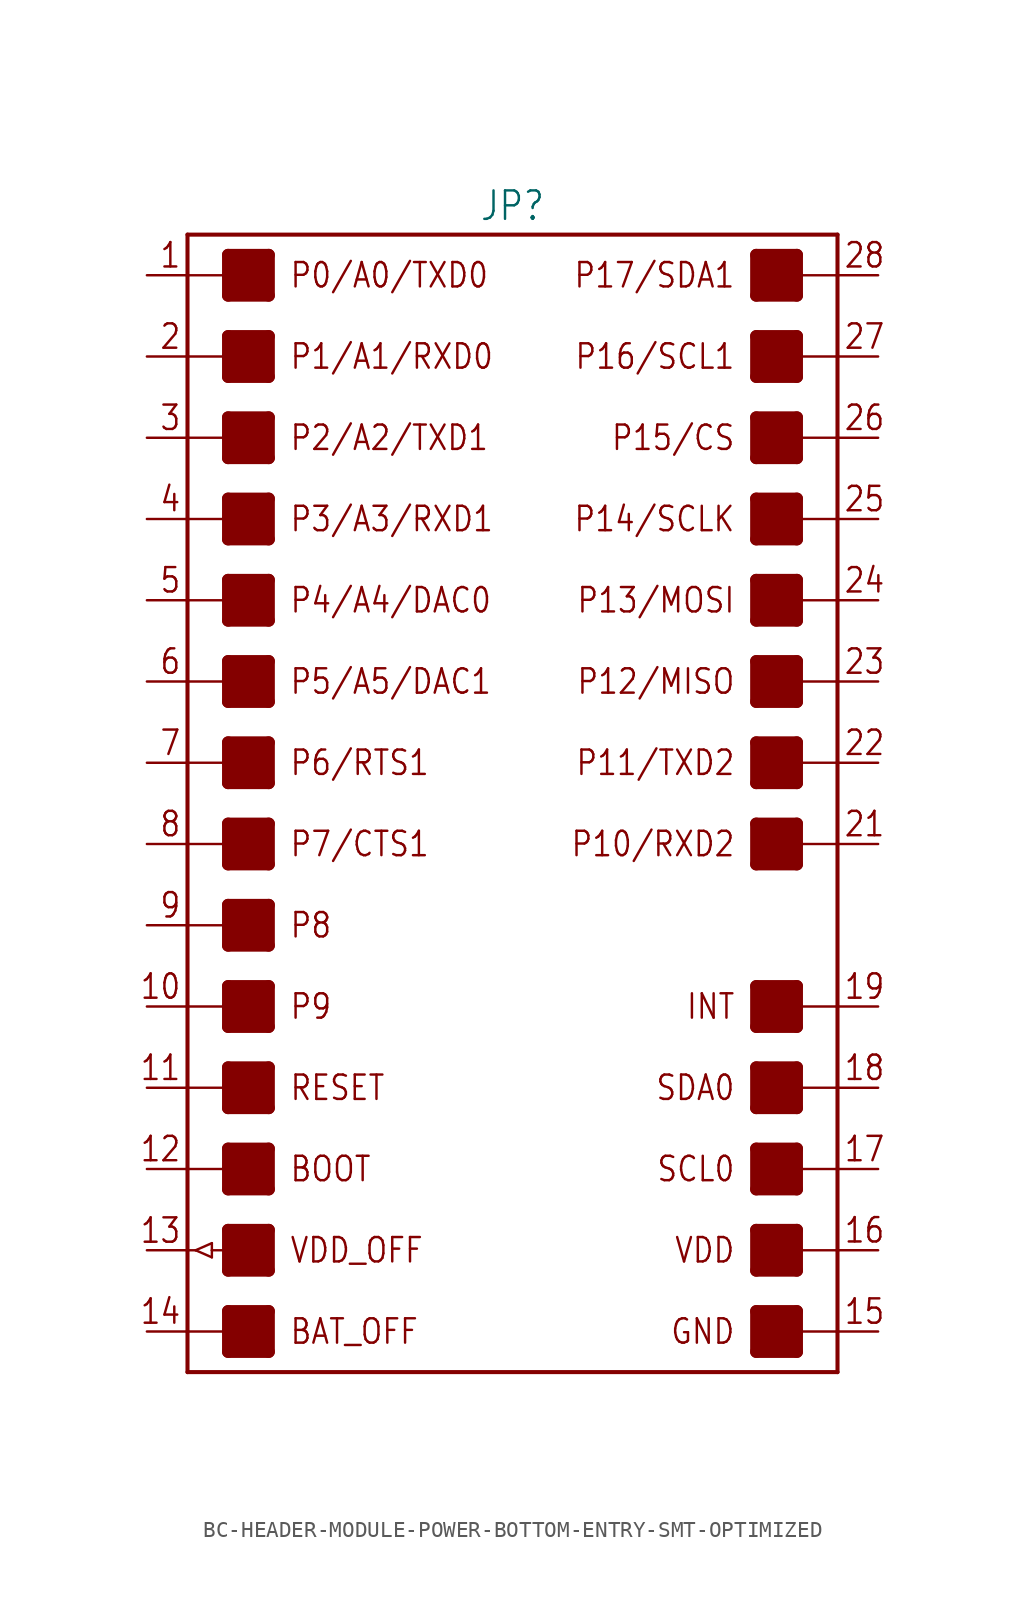
<source format=kicad_sym>
(kicad_symbol_lib
  (version 20231120)
  (generator "kicad_symbol_editor")
  (generator_version "8.0")
  (symbol "BC-HEADER-MODULE-POWER-BOTTOM-ENTRY-SMT-OPTIMIZED"
    (property "Reference" "JP"
      (at 0 36.322 0)
      (effects (font (size 1.778 1.511)) (justify bottom)))
    (property "Value" ""
      (at 0 -36.322 0)
      (effects (font (size 1.778 1.511)) (justify top)))
    (property "ki_locked" ""
      (at 0 0 0)
      (effects (font (size 1.27 1.27))))
    (symbol "BC-HEADER-MODULE-POWER-BOTTOM-ENTRY-SMT-OPTIMIZED_1_0"
      (rectangle (start -17.78 -34.29) (end -15.24 -31.75) (stroke (width 0) (type default)) (fill (type outline)))
      (rectangle (start -17.78 -29.21) (end -15.24 -26.67) (stroke (width 0) (type default)) (fill (type outline)))
      (rectangle (start -17.78 -24.13) (end -15.24 -21.59) (stroke (width 0) (type default)) (fill (type outline)))
      (rectangle (start -17.78 -19.05) (end -15.24 -16.51) (stroke (width 0) (type default)) (fill (type outline)))
      (rectangle (start -17.78 -13.97) (end -15.24 -11.43) (stroke (width 0) (type default)) (fill (type outline)))
      (rectangle (start -17.78 -8.89) (end -15.24 -6.35) (stroke (width 0) (type default)) (fill (type outline)))
      (rectangle (start -17.78 -3.81) (end -15.24 -1.27) (stroke (width 0) (type default)) (fill (type outline)))
      (rectangle (start -17.78 1.27) (end -15.24 3.81) (stroke (width 0) (type default)) (fill (type outline)))
      (rectangle (start -17.78 6.35) (end -15.24 8.89) (stroke (width 0) (type default)) (fill (type outline)))
      (rectangle (start -17.78 11.43) (end -15.24 13.97) (stroke (width 0) (type default)) (fill (type outline)))
      (rectangle (start -17.78 16.51) (end -15.24 19.05) (stroke (width 0) (type default)) (fill (type outline)))
      (rectangle (start -17.78 21.59) (end -15.24 24.13) (stroke (width 0) (type default)) (fill (type outline)))
      (rectangle (start -17.78 26.67) (end -15.24 29.21) (stroke (width 0) (type default)) (fill (type outline)))
      (rectangle (start -17.78 31.75) (end -15.24 34.29) (stroke (width 0) (type default)) (fill (type outline)))
      (polyline (pts (xy -20.32 -33.02) (xy -20.32 -35.56)) (stroke (width 0.254) (type solid)) (fill (type none)))
      (polyline (pts (xy -20.32 -33.02) (xy -17.78 -33.02)) (stroke (width 0.152) (type solid)) (fill (type none)))
      (polyline (pts (xy -20.32 -27.94) (xy -20.32 -33.02)) (stroke (width 0.254) (type solid)) (fill (type none)))
      (polyline (pts (xy -20.32 -27.94) (xy -19.812 -27.94)) (stroke (width 0.152) (type solid)) (fill (type none)))
      (polyline (pts (xy -20.32 -22.86) (xy -20.32 -27.94)) (stroke (width 0.254) (type solid)) (fill (type none)))
      (polyline (pts (xy -20.32 -22.86) (xy -17.78 -22.86)) (stroke (width 0.152) (type solid)) (fill (type none)))
      (polyline (pts (xy -20.32 -17.78) (xy -20.32 -22.86)) (stroke (width 0.254) (type solid)) (fill (type none)))
      (polyline (pts (xy -20.32 -17.78) (xy -17.78 -17.78)) (stroke (width 0.152) (type solid)) (fill (type none)))
      (polyline (pts (xy -20.32 -12.7) (xy -20.32 -17.78)) (stroke (width 0.254) (type solid)) (fill (type none)))
      (polyline (pts (xy -20.32 -12.7) (xy -17.78 -12.7)) (stroke (width 0.152) (type solid)) (fill (type none)))
      (polyline (pts (xy -20.32 -7.62) (xy -20.32 -12.7)) (stroke (width 0.254) (type solid)) (fill (type none)))
      (polyline (pts (xy -20.32 -7.62) (xy -17.78 -7.62)) (stroke (width 0.152) (type solid)) (fill (type none)))
      (polyline (pts (xy -20.32 -2.54) (xy -20.32 -7.62)) (stroke (width 0.254) (type solid)) (fill (type none)))
      (polyline (pts (xy -20.32 -2.54) (xy -17.78 -2.54)) (stroke (width 0.152) (type solid)) (fill (type none)))
      (polyline (pts (xy -20.32 2.54) (xy -20.32 -2.54)) (stroke (width 0.254) (type solid)) (fill (type none)))
      (polyline (pts (xy -20.32 2.54) (xy -17.78 2.54)) (stroke (width 0.152) (type solid)) (fill (type none)))
      (polyline (pts (xy -20.32 7.62) (xy -20.32 2.54)) (stroke (width 0.254) (type solid)) (fill (type none)))
      (polyline (pts (xy -20.32 7.62) (xy -17.78 7.62)) (stroke (width 0.152) (type solid)) (fill (type none)))
      (polyline (pts (xy -20.32 12.7) (xy -20.32 7.62)) (stroke (width 0.254) (type solid)) (fill (type none)))
      (polyline (pts (xy -20.32 12.7) (xy -17.78 12.7)) (stroke (width 0.152) (type solid)) (fill (type none)))
      (polyline (pts (xy -20.32 17.78) (xy -20.32 12.7)) (stroke (width 0.254) (type solid)) (fill (type none)))
      (polyline (pts (xy -20.32 17.78) (xy -17.78 17.78)) (stroke (width 0.152) (type solid)) (fill (type none)))
      (polyline (pts (xy -20.32 22.86) (xy -20.32 17.78)) (stroke (width 0.254) (type solid)) (fill (type none)))
      (polyline (pts (xy -20.32 22.86) (xy -17.78 22.86)) (stroke (width 0.152) (type solid)) (fill (type none)))
      (polyline (pts (xy -20.32 27.94) (xy -20.32 22.86)) (stroke (width 0.254) (type solid)) (fill (type none)))
      (polyline (pts (xy -20.32 27.94) (xy -17.78 27.94)) (stroke (width 0.152) (type solid)) (fill (type none)))
      (polyline (pts (xy -20.32 33.02) (xy -20.32 27.94)) (stroke (width 0.254) (type solid)) (fill (type none)))
      (polyline (pts (xy -20.32 33.02) (xy -17.78 33.02)) (stroke (width 0.152) (type solid)) (fill (type none)))
      (polyline (pts (xy -20.32 35.56) (xy -20.32 33.02)) (stroke (width 0.254) (type solid)) (fill (type none)))
      (polyline (pts (xy -20.32 35.56) (xy 20.32 35.56)) (stroke (width 0.254) (type solid)) (fill (type none)))
      (polyline (pts (xy -19.812 -27.94) (xy -18.796 -27.495)) (stroke (width 0.152) (type solid)) (fill (type none)))
      (polyline (pts (xy -18.796 -28.384) (xy -19.812 -27.94)) (stroke (width 0.152) (type solid)) (fill (type none)))
      (polyline (pts (xy -18.796 -27.94) (xy -18.796 -28.384)) (stroke (width 0.152) (type solid)) (fill (type none)))
      (polyline (pts (xy -18.796 -27.495) (xy -18.796 -27.94)) (stroke (width 0.152) (type solid)) (fill (type none)))
      (polyline (pts (xy -17.78 -34.29) (xy -15.24 -34.29)) (stroke (width 0.762) (type solid)) (fill (type none)))
      (polyline (pts (xy -17.78 -33.02) (xy -17.78 -34.29)) (stroke (width 0.762) (type solid)) (fill (type none)))
      (polyline (pts (xy -17.78 -31.75) (xy -17.78 -33.02)) (stroke (width 0.762) (type solid)) (fill (type none)))
      (polyline (pts (xy -17.78 -31.75) (xy -15.24 -31.75)) (stroke (width 0.762) (type solid)) (fill (type none)))
      (polyline (pts (xy -17.78 -29.21) (xy -15.24 -29.21)) (stroke (width 0.762) (type solid)) (fill (type none)))
      (polyline (pts (xy -17.78 -26.67) (xy -17.78 -29.21)) (stroke (width 0.762) (type solid)) (fill (type none)))
      (polyline (pts (xy -17.78 -26.67) (xy -15.24 -26.67)) (stroke (width 0.762) (type solid)) (fill (type none)))
      (polyline (pts (xy -17.78 -24.13) (xy -15.24 -24.13)) (stroke (width 0.762) (type solid)) (fill (type none)))
      (polyline (pts (xy -17.78 -22.86) (xy -17.78 -24.13)) (stroke (width 0.762) (type solid)) (fill (type none)))
      (polyline (pts (xy -17.78 -21.59) (xy -17.78 -22.86)) (stroke (width 0.762) (type solid)) (fill (type none)))
      (polyline (pts (xy -17.78 -21.59) (xy -15.24 -21.59)) (stroke (width 0.762) (type solid)) (fill (type none)))
      (polyline (pts (xy -17.78 -19.05) (xy -15.24 -19.05)) (stroke (width 0.762) (type solid)) (fill (type none)))
      (polyline (pts (xy -17.78 -17.78) (xy -17.78 -19.05)) (stroke (width 0.762) (type solid)) (fill (type none)))
      (polyline (pts (xy -17.78 -16.51) (xy -17.78 -17.78)) (stroke (width 0.762) (type solid)) (fill (type none)))
      (polyline (pts (xy -17.78 -16.51) (xy -15.24 -16.51)) (stroke (width 0.762) (type solid)) (fill (type none)))
      (polyline (pts (xy -17.78 -13.97) (xy -15.24 -13.97)) (stroke (width 0.762) (type solid)) (fill (type none)))
      (polyline (pts (xy -17.78 -12.7) (xy -17.78 -13.97)) (stroke (width 0.762) (type solid)) (fill (type none)))
      (polyline (pts (xy -17.78 -11.43) (xy -17.78 -12.7)) (stroke (width 0.762) (type solid)) (fill (type none)))
      (polyline (pts (xy -17.78 -11.43) (xy -15.24 -11.43)) (stroke (width 0.762) (type solid)) (fill (type none)))
      (polyline (pts (xy -17.78 -8.89) (xy -15.24 -8.89)) (stroke (width 0.762) (type solid)) (fill (type none)))
      (polyline (pts (xy -17.78 -7.62) (xy -17.78 -8.89)) (stroke (width 0.762) (type solid)) (fill (type none)))
      (polyline (pts (xy -17.78 -6.35) (xy -17.78 -7.62)) (stroke (width 0.762) (type solid)) (fill (type none)))
      (polyline (pts (xy -17.78 -6.35) (xy -15.24 -6.35)) (stroke (width 0.762) (type solid)) (fill (type none)))
      (polyline (pts (xy -17.78 -3.81) (xy -15.24 -3.81)) (stroke (width 0.762) (type solid)) (fill (type none)))
      (polyline (pts (xy -17.78 -2.54) (xy -17.78 -3.81)) (stroke (width 0.762) (type solid)) (fill (type none)))
      (polyline (pts (xy -17.78 -1.27) (xy -17.78 -2.54)) (stroke (width 0.762) (type solid)) (fill (type none)))
      (polyline (pts (xy -17.78 -1.27) (xy -15.24 -1.27)) (stroke (width 0.762) (type solid)) (fill (type none)))
      (polyline (pts (xy -17.78 1.27) (xy -15.24 1.27)) (stroke (width 0.762) (type solid)) (fill (type none)))
      (polyline (pts (xy -17.78 2.54) (xy -17.78 1.27)) (stroke (width 0.762) (type solid)) (fill (type none)))
      (polyline (pts (xy -17.78 3.81) (xy -17.78 2.54)) (stroke (width 0.762) (type solid)) (fill (type none)))
      (polyline (pts (xy -17.78 3.81) (xy -15.24 3.81)) (stroke (width 0.762) (type solid)) (fill (type none)))
      (polyline (pts (xy -17.78 6.35) (xy -15.24 6.35)) (stroke (width 0.762) (type solid)) (fill (type none)))
      (polyline (pts (xy -17.78 7.62) (xy -17.78 6.35)) (stroke (width 0.762) (type solid)) (fill (type none)))
      (polyline (pts (xy -17.78 8.89) (xy -17.78 7.62)) (stroke (width 0.762) (type solid)) (fill (type none)))
      (polyline (pts (xy -17.78 8.89) (xy -15.24 8.89)) (stroke (width 0.762) (type solid)) (fill (type none)))
      (polyline (pts (xy -17.78 11.43) (xy -15.24 11.43)) (stroke (width 0.762) (type solid)) (fill (type none)))
      (polyline (pts (xy -17.78 12.7) (xy -17.78 11.43)) (stroke (width 0.762) (type solid)) (fill (type none)))
      (polyline (pts (xy -17.78 13.97) (xy -17.78 12.7)) (stroke (width 0.762) (type solid)) (fill (type none)))
      (polyline (pts (xy -17.78 13.97) (xy -15.24 13.97)) (stroke (width 0.762) (type solid)) (fill (type none)))
      (polyline (pts (xy -17.78 16.51) (xy -15.24 16.51)) (stroke (width 0.762) (type solid)) (fill (type none)))
      (polyline (pts (xy -17.78 17.78) (xy -17.78 16.51)) (stroke (width 0.762) (type solid)) (fill (type none)))
      (polyline (pts (xy -17.78 19.05) (xy -17.78 17.78)) (stroke (width 0.762) (type solid)) (fill (type none)))
      (polyline (pts (xy -17.78 19.05) (xy -15.24 19.05)) (stroke (width 0.762) (type solid)) (fill (type none)))
      (polyline (pts (xy -17.78 21.59) (xy -15.24 21.59)) (stroke (width 0.762) (type solid)) (fill (type none)))
      (polyline (pts (xy -17.78 22.86) (xy -17.78 21.59)) (stroke (width 0.762) (type solid)) (fill (type none)))
      (polyline (pts (xy -17.78 24.13) (xy -17.78 22.86)) (stroke (width 0.762) (type solid)) (fill (type none)))
      (polyline (pts (xy -17.78 24.13) (xy -15.24 24.13)) (stroke (width 0.762) (type solid)) (fill (type none)))
      (polyline (pts (xy -17.78 26.67) (xy -15.24 26.67)) (stroke (width 0.762) (type solid)) (fill (type none)))
      (polyline (pts (xy -17.78 27.94) (xy -17.78 26.67)) (stroke (width 0.762) (type solid)) (fill (type none)))
      (polyline (pts (xy -17.78 29.21) (xy -17.78 27.94)) (stroke (width 0.762) (type solid)) (fill (type none)))
      (polyline (pts (xy -17.78 29.21) (xy -15.24 29.21)) (stroke (width 0.762) (type solid)) (fill (type none)))
      (polyline (pts (xy -17.78 31.75) (xy -15.24 31.75)) (stroke (width 0.762) (type solid)) (fill (type none)))
      (polyline (pts (xy -17.78 33.02) (xy -17.78 31.75)) (stroke (width 0.762) (type solid)) (fill (type none)))
      (polyline (pts (xy -17.78 34.29) (xy -17.78 33.02)) (stroke (width 0.762) (type solid)) (fill (type none)))
      (polyline (pts (xy -17.78 34.29) (xy -15.24 34.29)) (stroke (width 0.762) (type solid)) (fill (type none)))
      (polyline (pts (xy -16.51 -27.94) (xy -18.796 -27.94)) (stroke (width 0.152) (type solid)) (fill (type none)))
      (polyline (pts (xy -15.24 -34.29) (xy -15.24 -31.75)) (stroke (width 0.762) (type solid)) (fill (type none)))
      (polyline (pts (xy -15.24 -29.21) (xy -15.24 -26.67)) (stroke (width 0.762) (type solid)) (fill (type none)))
      (polyline (pts (xy -15.24 -24.13) (xy -15.24 -21.59)) (stroke (width 0.762) (type solid)) (fill (type none)))
      (polyline (pts (xy -15.24 -19.05) (xy -15.24 -16.51)) (stroke (width 0.762) (type solid)) (fill (type none)))
      (polyline (pts (xy -15.24 -13.97) (xy -15.24 -11.43)) (stroke (width 0.762) (type solid)) (fill (type none)))
      (polyline (pts (xy -15.24 -8.89) (xy -15.24 -6.35)) (stroke (width 0.762) (type solid)) (fill (type none)))
      (polyline (pts (xy -15.24 -3.81) (xy -15.24 -1.27)) (stroke (width 0.762) (type solid)) (fill (type none)))
      (polyline (pts (xy -15.24 1.27) (xy -15.24 3.81)) (stroke (width 0.762) (type solid)) (fill (type none)))
      (polyline (pts (xy -15.24 6.35) (xy -15.24 8.89)) (stroke (width 0.762) (type solid)) (fill (type none)))
      (polyline (pts (xy -15.24 11.43) (xy -15.24 13.97)) (stroke (width 0.762) (type solid)) (fill (type none)))
      (polyline (pts (xy -15.24 16.51) (xy -15.24 19.05)) (stroke (width 0.762) (type solid)) (fill (type none)))
      (polyline (pts (xy -15.24 21.59) (xy -15.24 24.13)) (stroke (width 0.762) (type solid)) (fill (type none)))
      (polyline (pts (xy -15.24 26.67) (xy -15.24 29.21)) (stroke (width 0.762) (type solid)) (fill (type none)))
      (polyline (pts (xy -15.24 31.75) (xy -15.24 34.29)) (stroke (width 0.762) (type solid)) (fill (type none)))
      (polyline (pts (xy 15.24 -34.29) (xy 17.78 -34.29)) (stroke (width 0.762) (type solid)) (fill (type none)))
      (polyline (pts (xy 15.24 -31.75) (xy 15.24 -34.29)) (stroke (width 0.762) (type solid)) (fill (type none)))
      (polyline (pts (xy 15.24 -31.75) (xy 17.78 -31.75)) (stroke (width 0.762) (type solid)) (fill (type none)))
      (polyline (pts (xy 15.24 -29.21) (xy 17.78 -29.21)) (stroke (width 0.762) (type solid)) (fill (type none)))
      (polyline (pts (xy 15.24 -26.67) (xy 15.24 -29.21)) (stroke (width 0.762) (type solid)) (fill (type none)))
      (polyline (pts (xy 15.24 -26.67) (xy 17.78 -26.67)) (stroke (width 0.762) (type solid)) (fill (type none)))
      (polyline (pts (xy 15.24 -24.13) (xy 17.78 -24.13)) (stroke (width 0.762) (type solid)) (fill (type none)))
      (polyline (pts (xy 15.24 -21.59) (xy 15.24 -24.13)) (stroke (width 0.762) (type solid)) (fill (type none)))
      (polyline (pts (xy 15.24 -21.59) (xy 17.78 -21.59)) (stroke (width 0.762) (type solid)) (fill (type none)))
      (polyline (pts (xy 15.24 -19.05) (xy 17.78 -19.05)) (stroke (width 0.762) (type solid)) (fill (type none)))
      (polyline (pts (xy 15.24 -16.51) (xy 15.24 -19.05)) (stroke (width 0.762) (type solid)) (fill (type none)))
      (polyline (pts (xy 15.24 -16.51) (xy 17.78 -16.51)) (stroke (width 0.762) (type solid)) (fill (type none)))
      (polyline (pts (xy 15.24 -13.97) (xy 17.78 -13.97)) (stroke (width 0.762) (type solid)) (fill (type none)))
      (polyline (pts (xy 15.24 -11.43) (xy 15.24 -13.97)) (stroke (width 0.762) (type solid)) (fill (type none)))
      (polyline (pts (xy 15.24 -11.43) (xy 17.78 -11.43)) (stroke (width 0.762) (type solid)) (fill (type none)))
      (polyline (pts (xy 15.24 -3.81) (xy 17.78 -3.81)) (stroke (width 0.762) (type solid)) (fill (type none)))
      (polyline (pts (xy 15.24 -1.27) (xy 15.24 -3.81)) (stroke (width 0.762) (type solid)) (fill (type none)))
      (polyline (pts (xy 15.24 -1.27) (xy 17.78 -1.27)) (stroke (width 0.762) (type solid)) (fill (type none)))
      (polyline (pts (xy 15.24 1.27) (xy 17.78 1.27)) (stroke (width 0.762) (type solid)) (fill (type none)))
      (polyline (pts (xy 15.24 3.81) (xy 15.24 1.27)) (stroke (width 0.762) (type solid)) (fill (type none)))
      (polyline (pts (xy 15.24 3.81) (xy 17.78 3.81)) (stroke (width 0.762) (type solid)) (fill (type none)))
      (polyline (pts (xy 15.24 6.35) (xy 17.78 6.35)) (stroke (width 0.762) (type solid)) (fill (type none)))
      (polyline (pts (xy 15.24 8.89) (xy 15.24 6.35)) (stroke (width 0.762) (type solid)) (fill (type none)))
      (polyline (pts (xy 15.24 8.89) (xy 17.78 8.89)) (stroke (width 0.762) (type solid)) (fill (type none)))
      (polyline (pts (xy 15.24 11.43) (xy 17.78 11.43)) (stroke (width 0.762) (type solid)) (fill (type none)))
      (polyline (pts (xy 15.24 13.97) (xy 15.24 11.43)) (stroke (width 0.762) (type solid)) (fill (type none)))
      (polyline (pts (xy 15.24 13.97) (xy 17.78 13.97)) (stroke (width 0.762) (type solid)) (fill (type none)))
      (polyline (pts (xy 15.24 16.51) (xy 17.78 16.51)) (stroke (width 0.762) (type solid)) (fill (type none)))
      (polyline (pts (xy 15.24 19.05) (xy 15.24 16.51)) (stroke (width 0.762) (type solid)) (fill (type none)))
      (polyline (pts (xy 15.24 19.05) (xy 17.78 19.05)) (stroke (width 0.762) (type solid)) (fill (type none)))
      (polyline (pts (xy 15.24 21.59) (xy 17.78 21.59)) (stroke (width 0.762) (type solid)) (fill (type none)))
      (polyline (pts (xy 15.24 24.13) (xy 15.24 21.59)) (stroke (width 0.762) (type solid)) (fill (type none)))
      (polyline (pts (xy 15.24 24.13) (xy 17.78 24.13)) (stroke (width 0.762) (type solid)) (fill (type none)))
      (polyline (pts (xy 15.24 26.67) (xy 17.78 26.67)) (stroke (width 0.762) (type solid)) (fill (type none)))
      (polyline (pts (xy 15.24 29.21) (xy 15.24 26.67)) (stroke (width 0.762) (type solid)) (fill (type none)))
      (polyline (pts (xy 15.24 29.21) (xy 17.78 29.21)) (stroke (width 0.762) (type solid)) (fill (type none)))
      (polyline (pts (xy 15.24 31.75) (xy 17.78 31.75)) (stroke (width 0.762) (type solid)) (fill (type none)))
      (polyline (pts (xy 15.24 34.29) (xy 15.24 31.75)) (stroke (width 0.762) (type solid)) (fill (type none)))
      (polyline (pts (xy 15.24 34.29) (xy 17.78 34.29)) (stroke (width 0.762) (type solid)) (fill (type none)))
      (polyline (pts (xy 17.78 -34.29) (xy 17.78 -33.02)) (stroke (width 0.762) (type solid)) (fill (type none)))
      (polyline (pts (xy 17.78 -33.02) (xy 17.78 -31.75)) (stroke (width 0.762) (type solid)) (fill (type none)))
      (polyline (pts (xy 17.78 -33.02) (xy 20.32 -33.02)) (stroke (width 0.152) (type solid)) (fill (type none)))
      (polyline (pts (xy 17.78 -29.21) (xy 17.78 -27.94)) (stroke (width 0.762) (type solid)) (fill (type none)))
      (polyline (pts (xy 17.78 -27.94) (xy 17.78 -26.67)) (stroke (width 0.762) (type solid)) (fill (type none)))
      (polyline (pts (xy 17.78 -27.94) (xy 20.32 -27.94)) (stroke (width 0.152) (type solid)) (fill (type none)))
      (polyline (pts (xy 17.78 -24.13) (xy 17.78 -22.86)) (stroke (width 0.762) (type solid)) (fill (type none)))
      (polyline (pts (xy 17.78 -22.86) (xy 17.78 -21.59)) (stroke (width 0.762) (type solid)) (fill (type none)))
      (polyline (pts (xy 17.78 -22.86) (xy 20.32 -22.86)) (stroke (width 0.152) (type solid)) (fill (type none)))
      (polyline (pts (xy 17.78 -19.05) (xy 17.78 -17.78)) (stroke (width 0.762) (type solid)) (fill (type none)))
      (polyline (pts (xy 17.78 -17.78) (xy 17.78 -16.51)) (stroke (width 0.762) (type solid)) (fill (type none)))
      (polyline (pts (xy 17.78 -17.78) (xy 20.32 -17.78)) (stroke (width 0.152) (type solid)) (fill (type none)))
      (polyline (pts (xy 17.78 -13.97) (xy 17.78 -12.7)) (stroke (width 0.762) (type solid)) (fill (type none)))
      (polyline (pts (xy 17.78 -12.7) (xy 17.78 -11.43)) (stroke (width 0.762) (type solid)) (fill (type none)))
      (polyline (pts (xy 17.78 -12.7) (xy 20.32 -12.7)) (stroke (width 0.152) (type solid)) (fill (type none)))
      (polyline (pts (xy 17.78 -3.81) (xy 17.78 -2.54)) (stroke (width 0.762) (type solid)) (fill (type none)))
      (polyline (pts (xy 17.78 -2.54) (xy 17.78 -1.27)) (stroke (width 0.762) (type solid)) (fill (type none)))
      (polyline (pts (xy 17.78 -2.54) (xy 20.32 -2.54)) (stroke (width 0.152) (type solid)) (fill (type none)))
      (polyline (pts (xy 17.78 1.27) (xy 17.78 2.54)) (stroke (width 0.762) (type solid)) (fill (type none)))
      (polyline (pts (xy 17.78 2.54) (xy 17.78 3.81)) (stroke (width 0.762) (type solid)) (fill (type none)))
      (polyline (pts (xy 17.78 2.54) (xy 20.32 2.54)) (stroke (width 0.152) (type solid)) (fill (type none)))
      (polyline (pts (xy 17.78 6.35) (xy 17.78 7.62)) (stroke (width 0.762) (type solid)) (fill (type none)))
      (polyline (pts (xy 17.78 7.62) (xy 17.78 8.89)) (stroke (width 0.762) (type solid)) (fill (type none)))
      (polyline (pts (xy 17.78 7.62) (xy 20.32 7.62)) (stroke (width 0.152) (type solid)) (fill (type none)))
      (polyline (pts (xy 17.78 11.43) (xy 17.78 12.7)) (stroke (width 0.762) (type solid)) (fill (type none)))
      (polyline (pts (xy 17.78 12.7) (xy 17.78 13.97)) (stroke (width 0.762) (type solid)) (fill (type none)))
      (polyline (pts (xy 17.78 12.7) (xy 20.32 12.7)) (stroke (width 0.152) (type solid)) (fill (type none)))
      (polyline (pts (xy 17.78 16.51) (xy 17.78 17.78)) (stroke (width 0.762) (type solid)) (fill (type none)))
      (polyline (pts (xy 17.78 17.78) (xy 17.78 19.05)) (stroke (width 0.762) (type solid)) (fill (type none)))
      (polyline (pts (xy 17.78 17.78) (xy 20.32 17.78)) (stroke (width 0.152) (type solid)) (fill (type none)))
      (polyline (pts (xy 17.78 21.59) (xy 17.78 22.86)) (stroke (width 0.762) (type solid)) (fill (type none)))
      (polyline (pts (xy 17.78 22.86) (xy 17.78 24.13)) (stroke (width 0.762) (type solid)) (fill (type none)))
      (polyline (pts (xy 17.78 22.86) (xy 20.32 22.86)) (stroke (width 0.152) (type solid)) (fill (type none)))
      (polyline (pts (xy 17.78 26.67) (xy 17.78 27.94)) (stroke (width 0.762) (type solid)) (fill (type none)))
      (polyline (pts (xy 17.78 27.94) (xy 17.78 29.21)) (stroke (width 0.762) (type solid)) (fill (type none)))
      (polyline (pts (xy 17.78 27.94) (xy 20.32 27.94)) (stroke (width 0.152) (type solid)) (fill (type none)))
      (polyline (pts (xy 17.78 31.75) (xy 17.78 33.02)) (stroke (width 0.762) (type solid)) (fill (type none)))
      (polyline (pts (xy 17.78 33.02) (xy 17.78 34.29)) (stroke (width 0.762) (type solid)) (fill (type none)))
      (polyline (pts (xy 17.78 33.02) (xy 20.32 33.02)) (stroke (width 0.152) (type solid)) (fill (type none)))
      (polyline (pts (xy 20.32 -35.56) (xy -20.32 -35.56)) (stroke (width 0.254) (type solid)) (fill (type none)))
      (polyline (pts (xy 20.32 -33.02) (xy 20.32 -35.56)) (stroke (width 0.254) (type solid)) (fill (type none)))
      (polyline (pts (xy 20.32 -27.94) (xy 20.32 -33.02)) (stroke (width 0.254) (type solid)) (fill (type none)))
      (polyline (pts (xy 20.32 -22.86) (xy 20.32 -27.94)) (stroke (width 0.254) (type solid)) (fill (type none)))
      (polyline (pts (xy 20.32 -17.78) (xy 20.32 -22.86)) (stroke (width 0.254) (type solid)) (fill (type none)))
      (polyline (pts (xy 20.32 -12.7) (xy 20.32 -17.78)) (stroke (width 0.254) (type solid)) (fill (type none)))
      (polyline (pts (xy 20.32 -2.54) (xy 20.32 -12.7)) (stroke (width 0.254) (type solid)) (fill (type none)))
      (polyline (pts (xy 20.32 2.54) (xy 20.32 -2.54)) (stroke (width 0.254) (type solid)) (fill (type none)))
      (polyline (pts (xy 20.32 7.62) (xy 20.32 2.54)) (stroke (width 0.254) (type solid)) (fill (type none)))
      (polyline (pts (xy 20.32 12.7) (xy 20.32 7.62)) (stroke (width 0.254) (type solid)) (fill (type none)))
      (polyline (pts (xy 20.32 17.78) (xy 20.32 12.7)) (stroke (width 0.254) (type solid)) (fill (type none)))
      (polyline (pts (xy 20.32 22.86) (xy 20.32 17.78)) (stroke (width 0.254) (type solid)) (fill (type none)))
      (polyline (pts (xy 20.32 27.94) (xy 20.32 22.86)) (stroke (width 0.254) (type solid)) (fill (type none)))
      (polyline (pts (xy 20.32 33.02) (xy 20.32 27.94)) (stroke (width 0.254) (type solid)) (fill (type none)))
      (polyline (pts (xy 20.32 35.56) (xy 20.32 33.02)) (stroke (width 0.254) (type solid)) (fill (type none)))
      (rectangle (start 15.24 -34.29) (end 17.78 -31.75) (stroke (width 0) (type default)) (fill (type outline)))
      (rectangle (start 15.24 -29.21) (end 17.78 -26.67) (stroke (width 0) (type default)) (fill (type outline)))
      (rectangle (start 15.24 -24.13) (end 17.78 -21.59) (stroke (width 0) (type default)) (fill (type outline)))
      (rectangle (start 15.24 -19.05) (end 17.78 -16.51) (stroke (width 0) (type default)) (fill (type outline)))
      (rectangle (start 15.24 -13.97) (end 17.78 -11.43) (stroke (width 0) (type default)) (fill (type outline)))
      (rectangle (start 15.24 -3.81) (end 17.78 -1.27) (stroke (width 0) (type default)) (fill (type outline)))
      (rectangle (start 15.24 1.27) (end 17.78 3.81) (stroke (width 0) (type default)) (fill (type outline)))
      (rectangle (start 15.24 6.35) (end 17.78 8.89) (stroke (width 0) (type default)) (fill (type outline)))
      (rectangle (start 15.24 11.43) (end 17.78 13.97) (stroke (width 0) (type default)) (fill (type outline)))
      (rectangle (start 15.24 16.51) (end 17.78 19.05) (stroke (width 0) (type default)) (fill (type outline)))
      (rectangle (start 15.24 21.59) (end 17.78 24.13) (stroke (width 0) (type default)) (fill (type outline)))
      (rectangle (start 15.24 26.67) (end 17.78 29.21) (stroke (width 0) (type default)) (fill (type outline)))
      (rectangle (start 15.24 31.75) (end 17.78 34.29) (stroke (width 0) (type default)) (fill (type outline)))
      (text "1" (at -20.676 33.376 0) (effects (font (size 1.524 1.295)) (justify right bottom)))
      (text "10" (at -20.676 -12.344 0) (effects (font (size 1.524 1.295)) (justify right bottom)))
      (text "11" (at -20.676 -17.424 0) (effects (font (size 1.524 1.295)) (justify right bottom)))
      (text "12" (at -20.676 -22.504 0) (effects (font (size 1.524 1.295)) (justify right bottom)))
      (text "13" (at -20.676 -27.6 0) (effects (font (size 1.524 1.295)) (justify right bottom)))
      (text "14" (at -20.676 -32.664 0) (effects (font (size 1.524 1.295)) (justify right bottom)))
      (text "15" (at 20.676 -32.664 0) (effects (font (size 1.524 1.295)) (justify left bottom)))
      (text "16" (at 20.676 -27.584 0) (effects (font (size 1.524 1.295)) (justify left bottom)))
      (text "17" (at 20.676 -22.504 0) (effects (font (size 1.524 1.295)) (justify left bottom)))
      (text "18" (at 20.676 -17.424 0) (effects (font (size 1.524 1.295)) (justify left bottom)))
      (text "19" (at 20.676 -12.344 0) (effects (font (size 1.524 1.295)) (justify left bottom)))
      (text "2" (at -20.676 28.296 0) (effects (font (size 1.524 1.295)) (justify right bottom)))
      (text "21" (at 20.676 -2.184 0) (effects (font (size 1.524 1.295)) (justify left bottom)))
      (text "22" (at 20.676 2.896 0) (effects (font (size 1.524 1.295)) (justify left bottom)))
      (text "23" (at 20.676 7.976 0) (effects (font (size 1.524 1.295)) (justify left bottom)))
      (text "24" (at 20.676 13.056 0) (effects (font (size 1.524 1.295)) (justify left bottom)))
      (text "25" (at 20.676 18.136 0) (effects (font (size 1.524 1.295)) (justify left bottom)))
      (text "26" (at 20.676 23.216 0) (effects (font (size 1.524 1.295)) (justify left bottom)))
      (text "27" (at 20.676 28.296 0) (effects (font (size 1.524 1.295)) (justify left bottom)))
      (text "28" (at 20.676 33.376 0) (effects (font (size 1.524 1.295)) (justify left bottom)))
      (text "3" (at -20.676 23.216 0) (effects (font (size 1.524 1.295)) (justify right bottom)))
      (text "4" (at -20.676 18.136 0) (effects (font (size 1.524 1.295)) (justify right bottom)))
      (text "5" (at -20.676 13.056 0) (effects (font (size 1.524 1.295)) (justify right bottom)))
      (text "6" (at -20.676 7.976 0) (effects (font (size 1.524 1.295)) (justify right bottom)))
      (text "7" (at -20.676 2.896 0) (effects (font (size 1.524 1.295)) (justify right bottom)))
      (text "8" (at -20.676 -2.184 0) (effects (font (size 1.524 1.295)) (justify right bottom)))
      (text "9" (at -20.676 -7.264 0) (effects (font (size 1.524 1.295)) (justify right bottom)))
      (text "BAT_OFF" (at -13.97 -33.02 0) (effects (font (size 1.524 1.295)) (justify left)))
      (text "BOOT" (at -13.97 -22.86 0) (effects (font (size 1.524 1.295)) (justify left)))
      (text "GND" (at 13.97 -33.02 0) (effects (font (size 1.524 1.295)) (justify right)))
      (text "INT" (at 13.97 -12.7 0) (effects (font (size 1.524 1.295)) (justify right)))
      (text "P0/A0/TXD0" (at -13.97 33.02 0) (effects (font (size 1.524 1.295)) (justify left)))
      (text "P1/A1/RXD0" (at -13.97 27.94 0) (effects (font (size 1.524 1.295)) (justify left)))
      (text "P10/RXD2" (at 13.97 -2.54 0) (effects (font (size 1.524 1.295)) (justify right)))
      (text "P11/TXD2" (at 13.97 2.54 0) (effects (font (size 1.524 1.295)) (justify right)))
      (text "P12/MISO" (at 13.97 7.62 0) (effects (font (size 1.524 1.295)) (justify right)))
      (text "P13/MOSI" (at 13.97 12.7 0) (effects (font (size 1.524 1.295)) (justify right)))
      (text "P14/SCLK" (at 13.97 17.78 0) (effects (font (size 1.524 1.295)) (justify right)))
      (text "P15/CS" (at 13.97 22.86 0) (effects (font (size 1.524 1.295)) (justify right)))
      (text "P16/SCL1" (at 13.97 27.94 0) (effects (font (size 1.524 1.295)) (justify right)))
      (text "P17/SDA1" (at 13.97 33.02 0) (effects (font (size 1.524 1.295)) (justify right)))
      (text "P2/A2/TXD1" (at -13.97 22.86 0) (effects (font (size 1.524 1.295)) (justify left)))
      (text "P3/A3/RXD1" (at -13.97 17.78 0) (effects (font (size 1.524 1.295)) (justify left)))
      (text "P4/A4/DAC0" (at -13.97 12.7 0) (effects (font (size 1.524 1.295)) (justify left)))
      (text "P5/A5/DAC1" (at -13.97 7.62 0) (effects (font (size 1.524 1.295)) (justify left)))
      (text "P6/RTS1" (at -13.97 2.54 0) (effects (font (size 1.524 1.295)) (justify left)))
      (text "P7/CTS1" (at -13.97 -2.54 0) (effects (font (size 1.524 1.295)) (justify left)))
      (text "P8" (at -13.97 -7.62 0) (effects (font (size 1.524 1.295)) (justify left)))
      (text "P9" (at -13.97 -12.7 0) (effects (font (size 1.524 1.295)) (justify left)))
      (text "RESET" (at -13.97 -17.78 0) (effects (font (size 1.524 1.295)) (justify left)))
      (text "SCL0" (at 13.97 -22.86 0) (effects (font (size 1.524 1.295)) (justify right)))
      (text "SDA0" (at 13.97 -17.78 0) (effects (font (size 1.524 1.295)) (justify right)))
      (text "VDD" (at 13.97 -27.94 0) (effects (font (size 1.524 1.295)) (justify right)))
      (text "VDD_OFF" (at -13.97 -27.94 0) (effects (font (size 1.524 1.295)) (justify left)))
      (pin passive line (at -22.86 33.02 0) (length 2.54) (name "P0/A0/TXD0" (effects (font (size 0 0)))) (number "1" (effects (font (size 0 0)))))
      (pin passive line (at -22.86 -12.7 0) (length 2.54) (name "P9" (effects (font (size 0 0)))) (number "10" (effects (font (size 0 0)))))
      (pin passive line (at -22.86 -17.78 0) (length 2.54) (name "RESET" (effects (font (size 0 0)))) (number "11" (effects (font (size 0 0)))))
      (pin passive line (at -22.86 -22.86 0) (length 2.54) (name "BOOT" (effects (font (size 0 0)))) (number "12" (effects (font (size 0 0)))))
      (pin passive line (at -22.86 -27.94 0) (length 2.54) (name "VDD_OFF_OUT" (effects (font (size 0 0)))) (number "13" (effects (font (size 0 0)))))
      (pin passive line (at -22.86 -33.02 0) (length 2.54) (name "BAT_OFF" (effects (font (size 0 0)))) (number "14" (effects (font (size 0 0)))))
      (pin passive line (at 22.86 -33.02 180) (length 2.54) (name "GND" (effects (font (size 0 0)))) (number "15" (effects (font (size 0 0)))))
      (pin passive line (at 22.86 -27.94 180) (length 2.54) (name "VDD" (effects (font (size 0 0)))) (number "16" (effects (font (size 0 0)))))
      (pin passive line (at 22.86 -22.86 180) (length 2.54) (name "SCL0" (effects (font (size 0 0)))) (number "17" (effects (font (size 0 0)))))
      (pin passive line (at 22.86 -17.78 180) (length 2.54) (name "SDA0" (effects (font (size 0 0)))) (number "18" (effects (font (size 0 0)))))
      (pin passive line (at 22.86 -12.7 180) (length 2.54) (name "INT" (effects (font (size 0 0)))) (number "19" (effects (font (size 0 0)))))
      (pin passive line (at -22.86 27.94 0) (length 2.54) (name "P1/A1/RXD0" (effects (font (size 0 0)))) (number "2" (effects (font (size 0 0)))))
      (pin passive line (at 22.86 -2.54 180) (length 2.54) (name "P10/RXD2" (effects (font (size 0 0)))) (number "21" (effects (font (size 0 0)))))
      (pin passive line (at 22.86 2.54 180) (length 2.54) (name "P11/TXD2" (effects (font (size 0 0)))) (number "22" (effects (font (size 0 0)))))
      (pin passive line (at 22.86 7.62 180) (length 2.54) (name "P12/MISO" (effects (font (size 0 0)))) (number "23" (effects (font (size 0 0)))))
      (pin passive line (at 22.86 12.7 180) (length 2.54) (name "P13/MOSI" (effects (font (size 0 0)))) (number "24" (effects (font (size 0 0)))))
      (pin passive line (at 22.86 17.78 180) (length 2.54) (name "P14/SCLK" (effects (font (size 0 0)))) (number "25" (effects (font (size 0 0)))))
      (pin passive line (at 22.86 22.86 180) (length 2.54) (name "P15/CS" (effects (font (size 0 0)))) (number "26" (effects (font (size 0 0)))))
      (pin passive line (at 22.86 27.94 180) (length 2.54) (name "P16/SCL1" (effects (font (size 0 0)))) (number "27" (effects (font (size 0 0)))))
      (pin passive line (at 22.86 33.02 180) (length 2.54) (name "P17/SDA1" (effects (font (size 0 0)))) (number "28" (effects (font (size 0 0)))))
      (pin passive line (at -22.86 22.86 0) (length 2.54) (name "P2/A2/TXD1" (effects (font (size 0 0)))) (number "3" (effects (font (size 0 0)))))
      (pin passive line (at -22.86 17.78 0) (length 2.54) (name "P3/A3/RXD1" (effects (font (size 0 0)))) (number "4" (effects (font (size 0 0)))))
      (pin passive line (at -22.86 12.7 0) (length 2.54) (name "P4/A4/DAC0" (effects (font (size 0 0)))) (number "5" (effects (font (size 0 0)))))
      (pin passive line (at -22.86 7.62 0) (length 2.54) (name "P5/A5/DAC1" (effects (font (size 0 0)))) (number "6" (effects (font (size 0 0)))))
      (pin passive line (at -22.86 2.54 0) (length 2.54) (name "P6/RTS1" (effects (font (size 0 0)))) (number "7" (effects (font (size 0 0)))))
      (pin passive line (at -22.86 -2.54 0) (length 2.54) (name "P7/CTS1" (effects (font (size 0 0)))) (number "8" (effects (font (size 0 0)))))
      (pin passive line (at -22.86 -7.62 0) (length 2.54) (name "P8" (effects (font (size 0 0)))) (number "9" (effects (font (size 0 0))))))))
</source>
